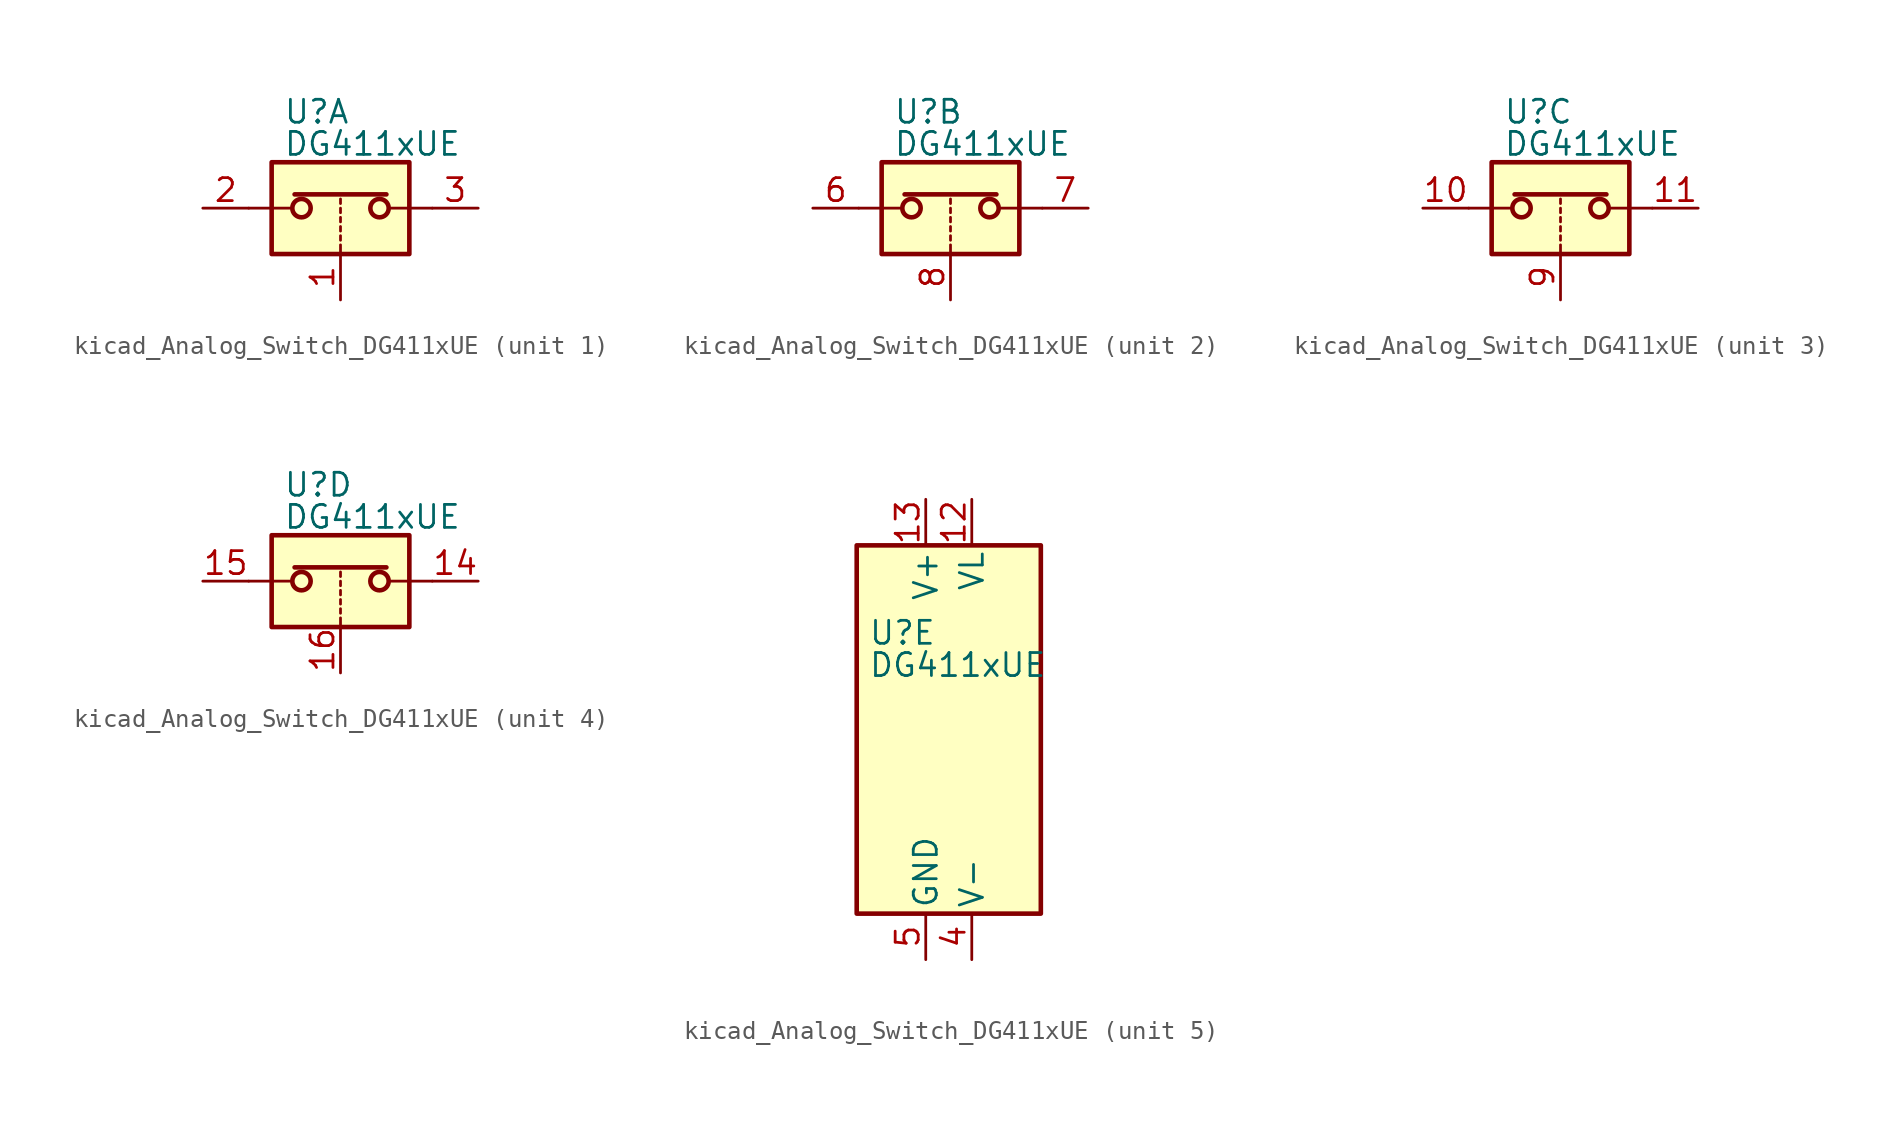
<source format=kicad_sym>
(kicad_symbol_lib
  (version 20220914)
  (generator kicad_symbol_editor)
  (symbol "kicad_Analog_Switch_DG411xUE"
    (pin_names
      (offset 0.254))
    (property "Reference" "U"
      (at -3.175 5.334 0)
      (effects (font (size 1.27 1.27)) (justify left)))
    (property "Value" "DG411xUE"
      (at -3.175 3.556 0)
      (effects (font (size 1.27 1.27)) (justify left)))
    (symbol "kicad_Analog_Switch_DG411xUE_1_1"
      (rectangle (start -3.81 2.54) (end 3.81 -2.54) (stroke (width 0.254) (type default)) (fill (type background)))
      (circle (center -2.159 0) (radius 0.508) (stroke (width 0.254) (type default)) (fill (type none)))
      (polyline (pts (xy -5.08 0) (xy -2.794 0)) (stroke (width 0) (type default)) (fill (type none)))
      (polyline (pts (xy -2.54 0.762) (xy 2.54 0.762)) (stroke (width 0.254) (type default)) (fill (type none)))
      (polyline (pts (xy 0 -2.54) (xy 0 -2.032)) (stroke (width 0) (type default)) (fill (type none)))
      (polyline (pts (xy 0 -1.778) (xy 0 -1.524)) (stroke (width 0) (type default)) (fill (type none)))
      (polyline (pts (xy 0 -1.27) (xy 0 -1.016)) (stroke (width 0) (type default)) (fill (type none)))
      (polyline (pts (xy 0 -0.762) (xy 0 -0.508)) (stroke (width 0) (type default)) (fill (type none)))
      (polyline (pts (xy 0 -0.254) (xy 0 0)) (stroke (width 0) (type default)) (fill (type none)))
      (polyline (pts (xy 0 0.254) (xy 0 0.508)) (stroke (width 0) (type default)) (fill (type none)))
      (polyline (pts (xy 5.08 0) (xy 2.794 0)) (stroke (width 0) (type default)) (fill (type none)))
      (circle (center 2.159 0) (radius 0.508) (stroke (width 0.254) (type default)) (fill (type none)))
      (pin input line (at 0 -5.08 90) (length 2.54) (name "~" (effects (font (size 1.27 1.27)))) (number "1" (effects (font (size 1.27 1.27)))))
      (pin passive line (at -7.62 0 0) (length 2.54) (name "~" (effects (font (size 1.27 1.27)))) (number "2" (effects (font (size 1.27 1.27)))))
      (pin passive line (at 7.62 0 180) (length 2.54) (name "~" (effects (font (size 1.27 1.27)))) (number "3" (effects (font (size 1.27 1.27))))))
    (symbol "kicad_Analog_Switch_DG411xUE_2_1"
      (rectangle (start -3.81 2.54) (end 3.81 -2.54) (stroke (width 0.254) (type default)) (fill (type background)))
      (circle (center -2.159 0) (radius 0.508) (stroke (width 0.254) (type default)) (fill (type none)))
      (polyline (pts (xy -5.08 0) (xy -2.794 0)) (stroke (width 0) (type default)) (fill (type none)))
      (polyline (pts (xy -2.54 0.762) (xy 2.54 0.762)) (stroke (width 0.254) (type default)) (fill (type none)))
      (polyline (pts (xy 0 -2.54) (xy 0 -2.032)) (stroke (width 0) (type default)) (fill (type none)))
      (polyline (pts (xy 0 -1.778) (xy 0 -1.524)) (stroke (width 0) (type default)) (fill (type none)))
      (polyline (pts (xy 0 -1.27) (xy 0 -1.016)) (stroke (width 0) (type default)) (fill (type none)))
      (polyline (pts (xy 0 -0.762) (xy 0 -0.508)) (stroke (width 0) (type default)) (fill (type none)))
      (polyline (pts (xy 0 -0.254) (xy 0 0)) (stroke (width 0) (type default)) (fill (type none)))
      (polyline (pts (xy 0 0.254) (xy 0 0.508)) (stroke (width 0) (type default)) (fill (type none)))
      (polyline (pts (xy 5.08 0) (xy 2.794 0)) (stroke (width 0) (type default)) (fill (type none)))
      (circle (center 2.159 0) (radius 0.508) (stroke (width 0.254) (type default)) (fill (type none)))
      (pin passive line (at -7.62 0 0) (length 2.54) (name "~" (effects (font (size 1.27 1.27)))) (number "6" (effects (font (size 1.27 1.27)))))
      (pin passive line (at 7.62 0 180) (length 2.54) (name "~" (effects (font (size 1.27 1.27)))) (number "7" (effects (font (size 1.27 1.27)))))
      (pin input line (at 0 -5.08 90) (length 2.54) (name "~" (effects (font (size 1.27 1.27)))) (number "8" (effects (font (size 1.27 1.27))))))
    (symbol "kicad_Analog_Switch_DG411xUE_3_1"
      (rectangle (start -3.81 2.54) (end 3.81 -2.54) (stroke (width 0.254) (type default)) (fill (type background)))
      (circle (center -2.159 0) (radius 0.508) (stroke (width 0.254) (type default)) (fill (type none)))
      (polyline (pts (xy -5.08 0) (xy -2.794 0)) (stroke (width 0) (type default)) (fill (type none)))
      (polyline (pts (xy -2.54 0.762) (xy 2.54 0.762)) (stroke (width 0.254) (type default)) (fill (type none)))
      (polyline (pts (xy 0 -2.54) (xy 0 -2.032)) (stroke (width 0) (type default)) (fill (type none)))
      (polyline (pts (xy 0 -1.778) (xy 0 -1.524)) (stroke (width 0) (type default)) (fill (type none)))
      (polyline (pts (xy 0 -1.27) (xy 0 -1.016)) (stroke (width 0) (type default)) (fill (type none)))
      (polyline (pts (xy 0 -0.762) (xy 0 -0.508)) (stroke (width 0) (type default)) (fill (type none)))
      (polyline (pts (xy 0 -0.254) (xy 0 0)) (stroke (width 0) (type default)) (fill (type none)))
      (polyline (pts (xy 0 0.254) (xy 0 0.508)) (stroke (width 0) (type default)) (fill (type none)))
      (polyline (pts (xy 5.08 0) (xy 2.794 0)) (stroke (width 0) (type default)) (fill (type none)))
      (circle (center 2.159 0) (radius 0.508) (stroke (width 0.254) (type default)) (fill (type none)))
      (pin passive line (at -7.62 0 0) (length 2.54) (name "~" (effects (font (size 1.27 1.27)))) (number "10" (effects (font (size 1.27 1.27)))))
      (pin passive line (at 7.62 0 180) (length 2.54) (name "~" (effects (font (size 1.27 1.27)))) (number "11" (effects (font (size 1.27 1.27)))))
      (pin input line (at 0 -5.08 90) (length 2.54) (name "~" (effects (font (size 1.27 1.27)))) (number "9" (effects (font (size 1.27 1.27))))))
    (symbol "kicad_Analog_Switch_DG411xUE_4_1"
      (rectangle (start -3.81 2.54) (end 3.81 -2.54) (stroke (width 0.254) (type default)) (fill (type background)))
      (circle (center -2.159 0) (radius 0.508) (stroke (width 0.254) (type default)) (fill (type none)))
      (polyline (pts (xy -5.08 0) (xy -2.794 0)) (stroke (width 0) (type default)) (fill (type none)))
      (polyline (pts (xy -2.54 0.762) (xy 2.54 0.762)) (stroke (width 0.254) (type default)) (fill (type none)))
      (polyline (pts (xy 0 -2.54) (xy 0 -2.032)) (stroke (width 0) (type default)) (fill (type none)))
      (polyline (pts (xy 0 -1.778) (xy 0 -1.524)) (stroke (width 0) (type default)) (fill (type none)))
      (polyline (pts (xy 0 -1.27) (xy 0 -1.016)) (stroke (width 0) (type default)) (fill (type none)))
      (polyline (pts (xy 0 -0.762) (xy 0 -0.508)) (stroke (width 0) (type default)) (fill (type none)))
      (polyline (pts (xy 0 -0.254) (xy 0 0)) (stroke (width 0) (type default)) (fill (type none)))
      (polyline (pts (xy 0 0.254) (xy 0 0.508)) (stroke (width 0) (type default)) (fill (type none)))
      (polyline (pts (xy 5.08 0) (xy 2.794 0)) (stroke (width 0) (type default)) (fill (type none)))
      (circle (center 2.159 0) (radius 0.508) (stroke (width 0.254) (type default)) (fill (type none)))
      (pin passive line (at 7.62 0 180) (length 2.54) (name "~" (effects (font (size 1.27 1.27)))) (number "14" (effects (font (size 1.27 1.27)))))
      (pin passive line (at -7.62 0 0) (length 2.54) (name "~" (effects (font (size 1.27 1.27)))) (number "15" (effects (font (size 1.27 1.27)))))
      (pin input line (at 0 -5.08 90) (length 2.54) (name "~" (effects (font (size 1.27 1.27)))) (number "16" (effects (font (size 1.27 1.27))))))
    (symbol "kicad_Analog_Switch_DG411xUE_5_0"
      (pin power_in line (at 2.54 12.7 270) (length 2.54) (name "VL" (effects (font (size 1.27 1.27)))) (number "12" (effects (font (size 1.27 1.27)))))
      (pin power_in line (at 0 12.7 270) (length 2.54) (name "V+" (effects (font (size 1.27 1.27)))) (number "13" (effects (font (size 1.27 1.27)))))
      (pin power_in line (at 2.54 -12.7 90) (length 2.54) (name "V-" (effects (font (size 1.27 1.27)))) (number "4" (effects (font (size 1.27 1.27)))))
      (pin power_in line (at 0 -12.7 90) (length 2.54) (name "GND" (effects (font (size 1.27 1.27)))) (number "5" (effects (font (size 1.27 1.27))))))
    (symbol "kicad_Analog_Switch_DG411xUE_5_1"
      (rectangle (start -3.81 10.16) (end 6.35 -10.16) (stroke (width 0.254) (type default)) (fill (type background))))))
</source>
